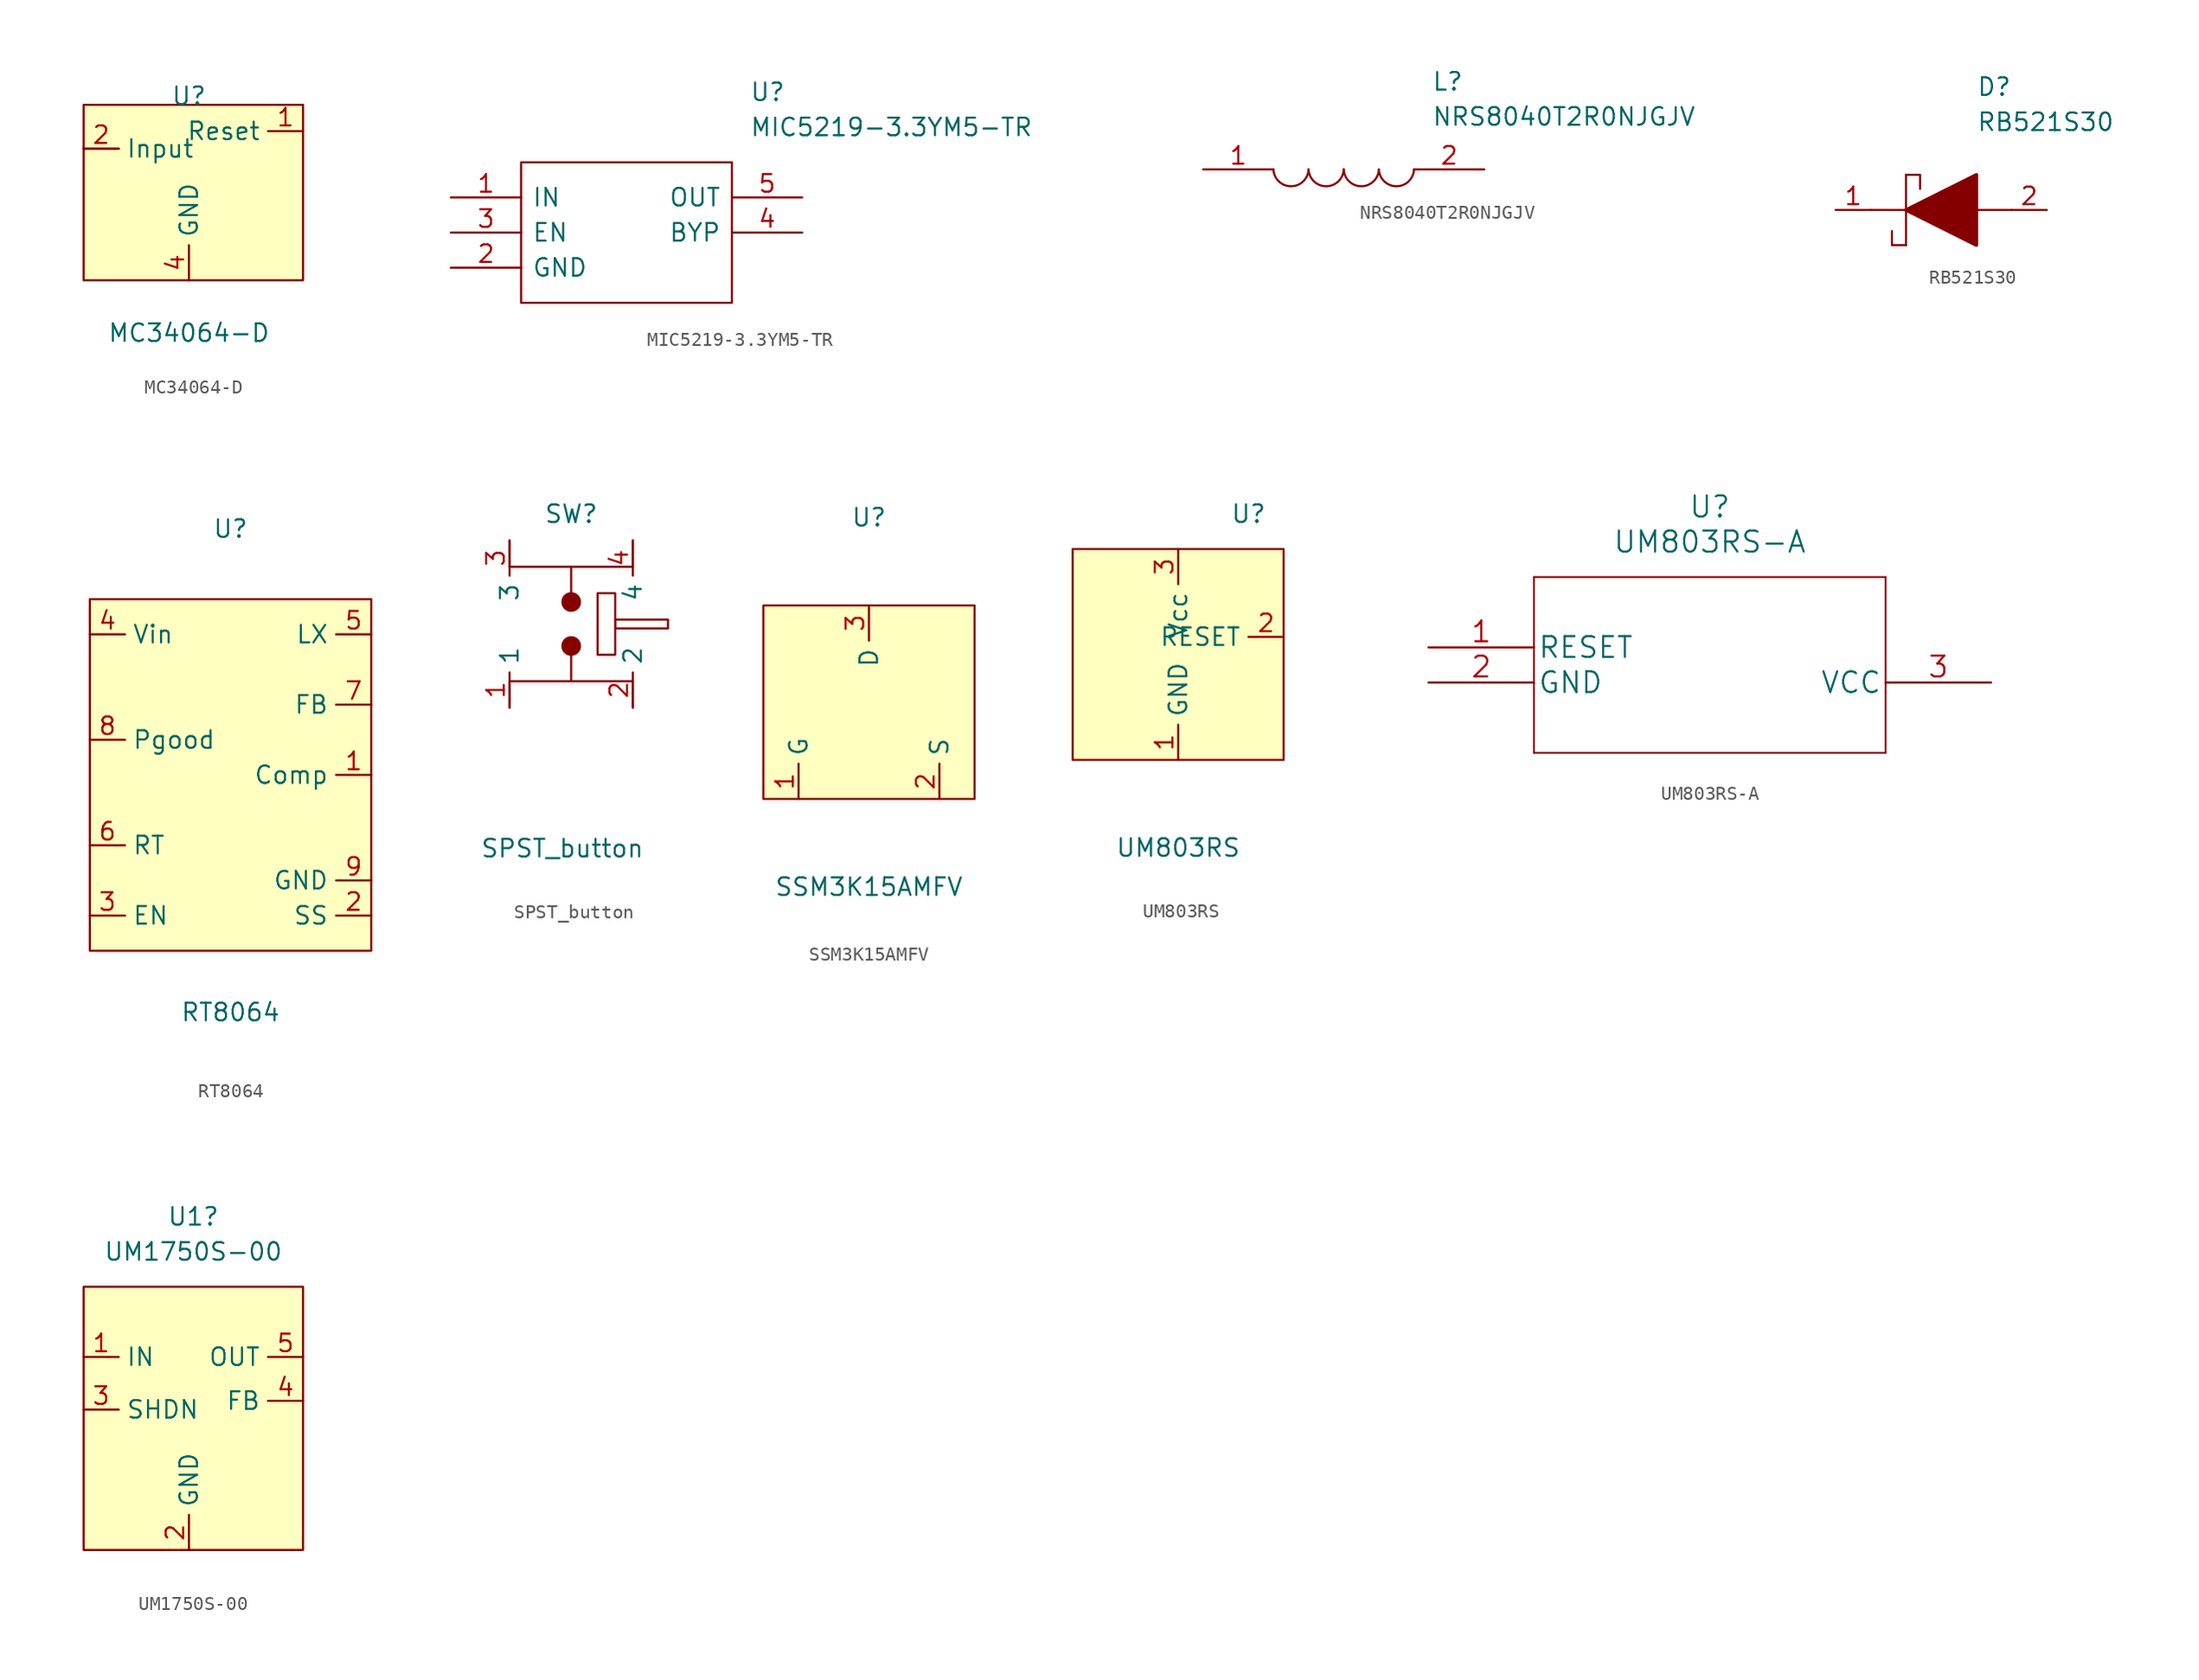
<source format=kicad_sym>
(kicad_symbol_lib
  (version 20211014)
  (generator kicad_symbol_editor)
  (symbol "MC34064-D"
    (property "Reference" "U"
      (at 0 15.875 0)
      (effects (font (size 1.27 1.27))))
    (property "Value" "MC34064-D"
      (at 0 -1.27 0)
      (effects (font (size 1.27 1.27))))
    (symbol "MC34064-D_0_1"
      (rectangle (start -7.62 15.24) (end 8.255 2.54) (stroke (width 0) (type default) (color 0 0 0 0)) (fill (type background))))
    (symbol "MC34064-D_1_1"
      (pin input line (at -7.62 12.065 0) (length 2.54) (name "" (effects (font (size 1.27 1.27)))) (number "" (effects (font (size 1.27 1.27)))))
      (pin input line (at 8.255 13.335 180) (length 2.54) (name "Reset" (effects (font (size 1.27 1.27)))) (number "1" (effects (font (size 1.27 1.27)))))
      (pin input line (at -7.62 12.065 0) (length 2.54) (name "Input" (effects (font (size 1.27 1.27)))) (number "2" (effects (font (size 1.27 1.27)))))
      (pin power_in line (at 0 2.54 90) (length 2.54) (name "GND" (effects (font (size 1.27 1.27)))) (number "4" (effects (font (size 1.27 1.27)))))))
  (symbol "MIC5219-3.3YM5-TR"
    (pin_names
      (offset 0.762))
    (property "Reference" "U"
      (at 21.59 7.62 0)
      (effects (font (size 1.27 1.27)) (justify left)))
    (property "Value" "MIC5219-3.3YM5-TR"
      (at 21.59 5.08 0)
      (effects (font (size 1.27 1.27)) (justify left)))
    (symbol "MIC5219-3.3YM5-TR_0_0"
      (pin power_in line (at 0 0 0) (length 5.08) (name "IN" (effects (font (size 1.27 1.27)))) (number "1" (effects (font (size 1.27 1.27)))))
      (pin power_in line (at 0 -5.08 0) (length 5.08) (name "GND" (effects (font (size 1.27 1.27)))) (number "2" (effects (font (size 1.27 1.27)))))
      (pin passive line (at 0 -2.54 0) (length 5.08) (name "EN" (effects (font (size 1.27 1.27)))) (number "3" (effects (font (size 1.27 1.27)))))
      (pin passive line (at 25.4 -2.54 180) (length 5.08) (name "BYP" (effects (font (size 1.27 1.27)))) (number "4" (effects (font (size 1.27 1.27)))))
      (pin power_out line (at 25.4 0 180) (length 5.08) (name "OUT" (effects (font (size 1.27 1.27)))) (number "5" (effects (font (size 1.27 1.27))))))
    (symbol "MIC5219-3.3YM5-TR_0_1"
      (polyline (pts (xy 5.08 2.54) (xy 20.32 2.54) (xy 20.32 -7.62) (xy 5.08 -7.62) (xy 5.08 2.54)) (stroke (width 0.152) (type default) (color 0 0 0 0)) (fill (type none)))))
  (symbol "NRS8040T2R0NJGJV"
    (pin_names
      (offset 0.762))
    (property "Reference" "L"
      (at 16.51 6.35 0)
      (effects (font (size 1.27 1.27)) (justify left)))
    (property "Value" "NRS8040T2R0NJGJV"
      (at 16.51 3.81 0)
      (effects (font (size 1.27 1.27)) (justify left)))
    (symbol "NRS8040T2R0NJGJV_0_0"
      (pin passive line (at 0 0 0) (length 5.08) (name "~" (effects (font (size 1.27 1.27)))) (number "1" (effects (font (size 1.27 1.27)))))
      (pin passive line (at 20.32 0 180) (length 5.08) (name "~" (effects (font (size 1.27 1.27)))) (number "2" (effects (font (size 1.27 1.27))))))
    (symbol "NRS8040T2R0NJGJV_0_1"
      (arc (start 5.08 0) (mid 6.35 -1.3218) (end 7.62 0) (stroke (width 0.1524) (type default) (color 0 0 0 0)) (fill (type none)))
      (arc (start 7.62 0) (mid 8.89 -1.3218) (end 10.16 0) (stroke (width 0.1524) (type default) (color 0 0 0 0)) (fill (type none)))
      (arc (start 10.16 0) (mid 11.43 -1.3218) (end 12.7 0) (stroke (width 0.1524) (type default) (color 0 0 0 0)) (fill (type none)))
      (arc (start 12.7 0) (mid 13.97 -1.3218) (end 15.24 0) (stroke (width 0.1524) (type default) (color 0 0 0 0)) (fill (type none)))))
  (symbol "RB521S30"
    (pin_names
      (offset 0.762))
    (property "Reference" "D"
      (at 12.7 8.89 0)
      (effects (font (size 1.27 1.27)) (justify left)))
    (property "Value" "RB521S30"
      (at 12.7 6.35 0)
      (effects (font (size 1.27 1.27)) (justify left)))
    (symbol "RB521S30_0_0"
      (pin passive line (at 2.54 0 0) (length 2.54) (name "~" (effects (font (size 1.27 1.27)))) (number "1" (effects (font (size 1.27 1.27)))))
      (pin passive line (at 17.78 0 180) (length 2.54) (name "~" (effects (font (size 1.27 1.27)))) (number "2" (effects (font (size 1.27 1.27))))))
    (symbol "RB521S30_0_1"
      (polyline (pts (xy 5.08 0) (xy 7.62 0)) (stroke (width 0.152) (type default) (color 0 0 0 0)) (fill (type none)))
      (polyline (pts (xy 7.62 2.54) (xy 7.62 -2.54)) (stroke (width 0.152) (type default) (color 0 0 0 0)) (fill (type none)))
      (polyline (pts (xy 12.7 0) (xy 15.24 0)) (stroke (width 0.152) (type default) (color 0 0 0 0)) (fill (type none)))
      (polyline (pts (xy 7.62 -2.54) (xy 6.604 -2.54) (xy 6.604 -1.524)) (stroke (width 0.152) (type default) (color 0 0 0 0)) (fill (type none)))
      (polyline (pts (xy 7.62 2.54) (xy 8.636 2.54) (xy 8.636 1.524)) (stroke (width 0.152) (type default) (color 0 0 0 0)) (fill (type none)))
      (polyline (pts (xy 7.62 0) (xy 12.7 2.54) (xy 12.7 -2.54) (xy 7.62 0)) (stroke (width 0.254) (type default) (color 0 0 0 0)) (fill (type outline)))))
  (symbol "RT8064"
    (property "Reference" "U"
      (at 0 33.02 0)
      (effects (font (size 1.27 1.27))))
    (property "Value" "RT8064"
      (at 0 -1.905 0)
      (effects (font (size 1.27 1.27))))
    (symbol "RT8064_0_1"
      (rectangle (start -10.16 27.94) (end 10.16 2.54) (stroke (width 0) (type default) (color 0 0 0 0)) (fill (type background))))
    (symbol "RT8064_1_1"
      (pin input line (at 10.16 15.24 180) (length 2.54) (name "Comp" (effects (font (size 1.27 1.27)))) (number "1" (effects (font (size 1.27 1.27)))))
      (pin bidirectional line (at 10.16 5.08 180) (length 2.54) (name "SS" (effects (font (size 1.27 1.27)))) (number "2" (effects (font (size 1.27 1.27)))))
      (pin input line (at -10.16 5.08 0) (length 2.54) (name "EN" (effects (font (size 1.27 1.27)))) (number "3" (effects (font (size 1.27 1.27)))))
      (pin power_in line (at -10.16 25.4 0) (length 2.54) (name "Vin" (effects (font (size 1.27 1.27)))) (number "4" (effects (font (size 1.27 1.27)))))
      (pin power_out line (at 10.16 25.4 180) (length 2.54) (name "LX" (effects (font (size 1.27 1.27)))) (number "5" (effects (font (size 1.27 1.27)))))
      (pin bidirectional line (at -10.16 10.16 0) (length 2.54) (name "RT" (effects (font (size 1.27 1.27)))) (number "6" (effects (font (size 1.27 1.27)))))
      (pin input line (at 10.16 20.32 180) (length 2.54) (name "FB" (effects (font (size 1.27 1.27)))) (number "7" (effects (font (size 1.27 1.27)))))
      (pin bidirectional line (at -10.16 17.78 0) (length 2.54) (name "Pgood" (effects (font (size 1.27 1.27)))) (number "8" (effects (font (size 1.27 1.27)))))
      (pin power_in line (at 10.16 7.62 180) (length 2.54) (name "GND" (effects (font (size 1.27 1.27)))) (number "9" (effects (font (size 1.27 1.27)))))))
  (symbol "SPST_button"
    (property "Reference" "SW"
      (at 0 15.875 0)
      (effects (font (size 1.27 1.27))))
    (property "Value" "SPST_button"
      (at -0.635 -8.255 0)
      (effects (font (size 1.27 1.27))))
    (symbol "SPST_button_0_1"
      (polyline (pts (xy -4.445 3.81) (xy -4.445 1.905)) (stroke (width 0) (type default) (color 0 0 0 0)) (fill (type none)))
      (polyline (pts (xy -4.445 3.81) (xy 4.445 3.81)) (stroke (width 0) (type default) (color 0 0 0 0)) (fill (type none)))
      (polyline (pts (xy -4.445 12.065) (xy -4.445 13.97)) (stroke (width 0) (type default) (color 0 0 0 0)) (fill (type none)))
      (polyline (pts (xy 0 3.81) (xy 0 5.715)) (stroke (width 0) (type default) (color 0 0 0 0)) (fill (type none)))
      (polyline (pts (xy 0 10.16) (xy 0 12.065)) (stroke (width 0) (type default) (color 0 0 0 0)) (fill (type none)))
      (polyline (pts (xy 4.445 3.81) (xy 4.445 1.905)) (stroke (width 0) (type default) (color 0 0 0 0)) (fill (type none)))
      (polyline (pts (xy 4.445 12.065) (xy -4.445 12.065)) (stroke (width 0) (type default) (color 0 0 0 0)) (fill (type none)))
      (polyline (pts (xy 4.445 12.065) (xy 4.445 13.97)) (stroke (width 0) (type default) (color 0 0 0 0)) (fill (type none)))
      (circle (center 0 6.35) (radius 0.635) (stroke (width 0) (type default) (color 0 0 0 0)) (fill (type outline)))
      (circle (center 0 9.525) (radius 0.635) (stroke (width 0) (type default) (color 0 0 0 0)) (fill (type outline)))
      (rectangle (start 1.905 10.16) (end 3.175 5.715) (stroke (width 0) (type default) (color 0 0 0 0)) (fill (type none)))
      (rectangle (start 3.175 8.255) (end 6.985 7.62) (stroke (width 0) (type default) (color 0 0 0 0)) (fill (type none))))
    (symbol "SPST_button_1_1"
      (pin passive line (at -4.445 1.905 90) (length 2.54) (name "1" (effects (font (size 1.27 1.27)))) (number "1" (effects (font (size 1.27 1.27)))))
      (pin passive line (at 4.445 1.905 90) (length 2.54) (name "2" (effects (font (size 1.27 1.27)))) (number "2" (effects (font (size 1.27 1.27)))))
      (pin passive line (at -4.445 13.97 270) (length 2.54) (name "3" (effects (font (size 1.27 1.27)))) (number "3" (effects (font (size 1.27 1.27)))))
      (pin passive line (at 4.445 13.97 270) (length 2.54) (name "4" (effects (font (size 1.27 1.27)))) (number "4" (effects (font (size 1.27 1.27)))))))
  (symbol "SSM3K15AMFV"
    (property "Reference" "U"
      (at 0 22.86 0)
      (effects (font (size 1.27 1.27))))
    (property "Value" "SSM3K15AMFV"
      (at 0 -3.81 0)
      (effects (font (size 1.27 1.27))))
    (symbol "SSM3K15AMFV_0_1"
      (rectangle (start -7.62 16.51) (end 7.62 2.54) (stroke (width 0) (type default) (color 0 0 0 0)) (fill (type background))))
    (symbol "SSM3K15AMFV_1_1"
      (pin input line (at -5.08 2.54 90) (length 2.54) (name "G" (effects (font (size 1.27 1.27)))) (number "1" (effects (font (size 1.27 1.27)))))
      (pin input line (at 5.08 2.54 90) (length 2.54) (name "S" (effects (font (size 1.27 1.27)))) (number "2" (effects (font (size 1.27 1.27)))))
      (pin input line (at 0 16.51 270) (length 2.54) (name "D" (effects (font (size 1.27 1.27)))) (number "3" (effects (font (size 1.27 1.27)))))))
  (symbol "UM803RS"
    (property "Reference" "U"
      (at 5.08 19.05 0)
      (effects (font (size 1.27 1.27))))
    (property "Value" "UM803RS"
      (at 0 -5.08 0)
      (effects (font (size 1.27 1.27))))
    (symbol "UM803RS_0_1"
      (rectangle (start -7.62 16.51) (end 7.62 1.27) (stroke (width 0) (type default) (color 0 0 0 0)) (fill (type background))))
    (symbol "UM803RS_1_1"
      (pin power_in line (at 0 1.27 90) (length 2.54) (name "GND" (effects (font (size 1.27 1.27)))) (number "1" (effects (font (size 1.27 1.27)))))
      (pin output line (at 7.62 10.16 180) (length 2.54) (name "RESET" (effects (font (size 1.27 1.27)))) (number "2" (effects (font (size 1.27 1.27)))))
      (pin input line (at 0 16.51 270) (length 2.54) (name "Vcc" (effects (font (size 1.27 1.27)))) (number "3" (effects (font (size 1.27 1.27)))))))
  (symbol "UM803RS-A"
    (pin_names
      (offset 0.254))
    (property "Reference" "U"
      (at 20.32 10.16 0)
      (effects (font (size 1.524 1.524))))
    (property "Value" "UM803RS-A"
      (at 20.32 7.62 0)
      (effects (font (size 1.524 1.524))))
    (property "Datasheet" ""
      (at 0 0 0)
      (effects (font (size 1.524 1.524))))
    (property "ki_locked" ""
      (at 0 0 0)
      (effects (font (size 1.27 1.27))))
    (symbol "UM803RS-A_1_1"
      (polyline (pts (xy 7.62 -7.62) (xy 33.02 -7.62)) (stroke (width 0.127) (type default) (color 0 0 0 0)) (fill (type none)))
      (polyline (pts (xy 7.62 5.08) (xy 7.62 -7.62)) (stroke (width 0.127) (type default) (color 0 0 0 0)) (fill (type none)))
      (polyline (pts (xy 33.02 -7.62) (xy 33.02 5.08)) (stroke (width 0.127) (type default) (color 0 0 0 0)) (fill (type none)))
      (polyline (pts (xy 33.02 5.08) (xy 7.62 5.08)) (stroke (width 0.127) (type default) (color 0 0 0 0)) (fill (type none)))
      (pin unspecified line (at 0 0 0) (length 7.62) (name "RESET" (effects (font (size 1.499 1.499)))) (number "1" (effects (font (size 1.499 1.499)))))
      (pin power_in line (at 0 -2.54 0) (length 7.62) (name "GND" (effects (font (size 1.499 1.499)))) (number "2" (effects (font (size 1.499 1.499)))))
      (pin power_in line (at 40.64 -2.54 180) (length 7.62) (name "VCC" (effects (font (size 1.499 1.499)))) (number "3" (effects (font (size 1.499 1.499)))))))
  (symbol "UM1750S-00"
    (property "Reference" "U1"
      (at -0.318 26.035 0)
      (effects (font (size 1.27 1.27))))
    (property "Value" "UM1750S-00"
      (at -0.318 23.495 0)
      (effects (font (size 1.27 1.27))))
    (symbol "UM1750S-00_0_1"
      (rectangle (start -8.255 20.955) (end 7.62 1.905) (stroke (width 0) (type default) (color 0 0 0 0)) (fill (type background))))
    (symbol "UM1750S-00_1_1"
      (pin power_in line (at -8.255 15.875 0) (length 2.54) (name "IN" (effects (font (size 1.27 1.27)))) (number "1" (effects (font (size 1.27 1.27)))))
      (pin power_in line (at -0.635 1.905 90) (length 2.54) (name "GND" (effects (font (size 1.27 1.27)))) (number "2" (effects (font (size 1.27 1.27)))))
      (pin input line (at -8.255 12.065 0) (length 2.54) (name "SHDN" (effects (font (size 1.27 1.27)))) (number "3" (effects (font (size 1.27 1.27)))))
      (pin input line (at 7.62 12.7 180) (length 2.54) (name "FB" (effects (font (size 1.27 1.27)))) (number "4" (effects (font (size 1.27 1.27)))))
      (pin power_out line (at 7.62 15.875 180) (length 2.54) (name "OUT" (effects (font (size 1.27 1.27)))) (number "5" (effects (font (size 1.27 1.27))))))))
</source>
